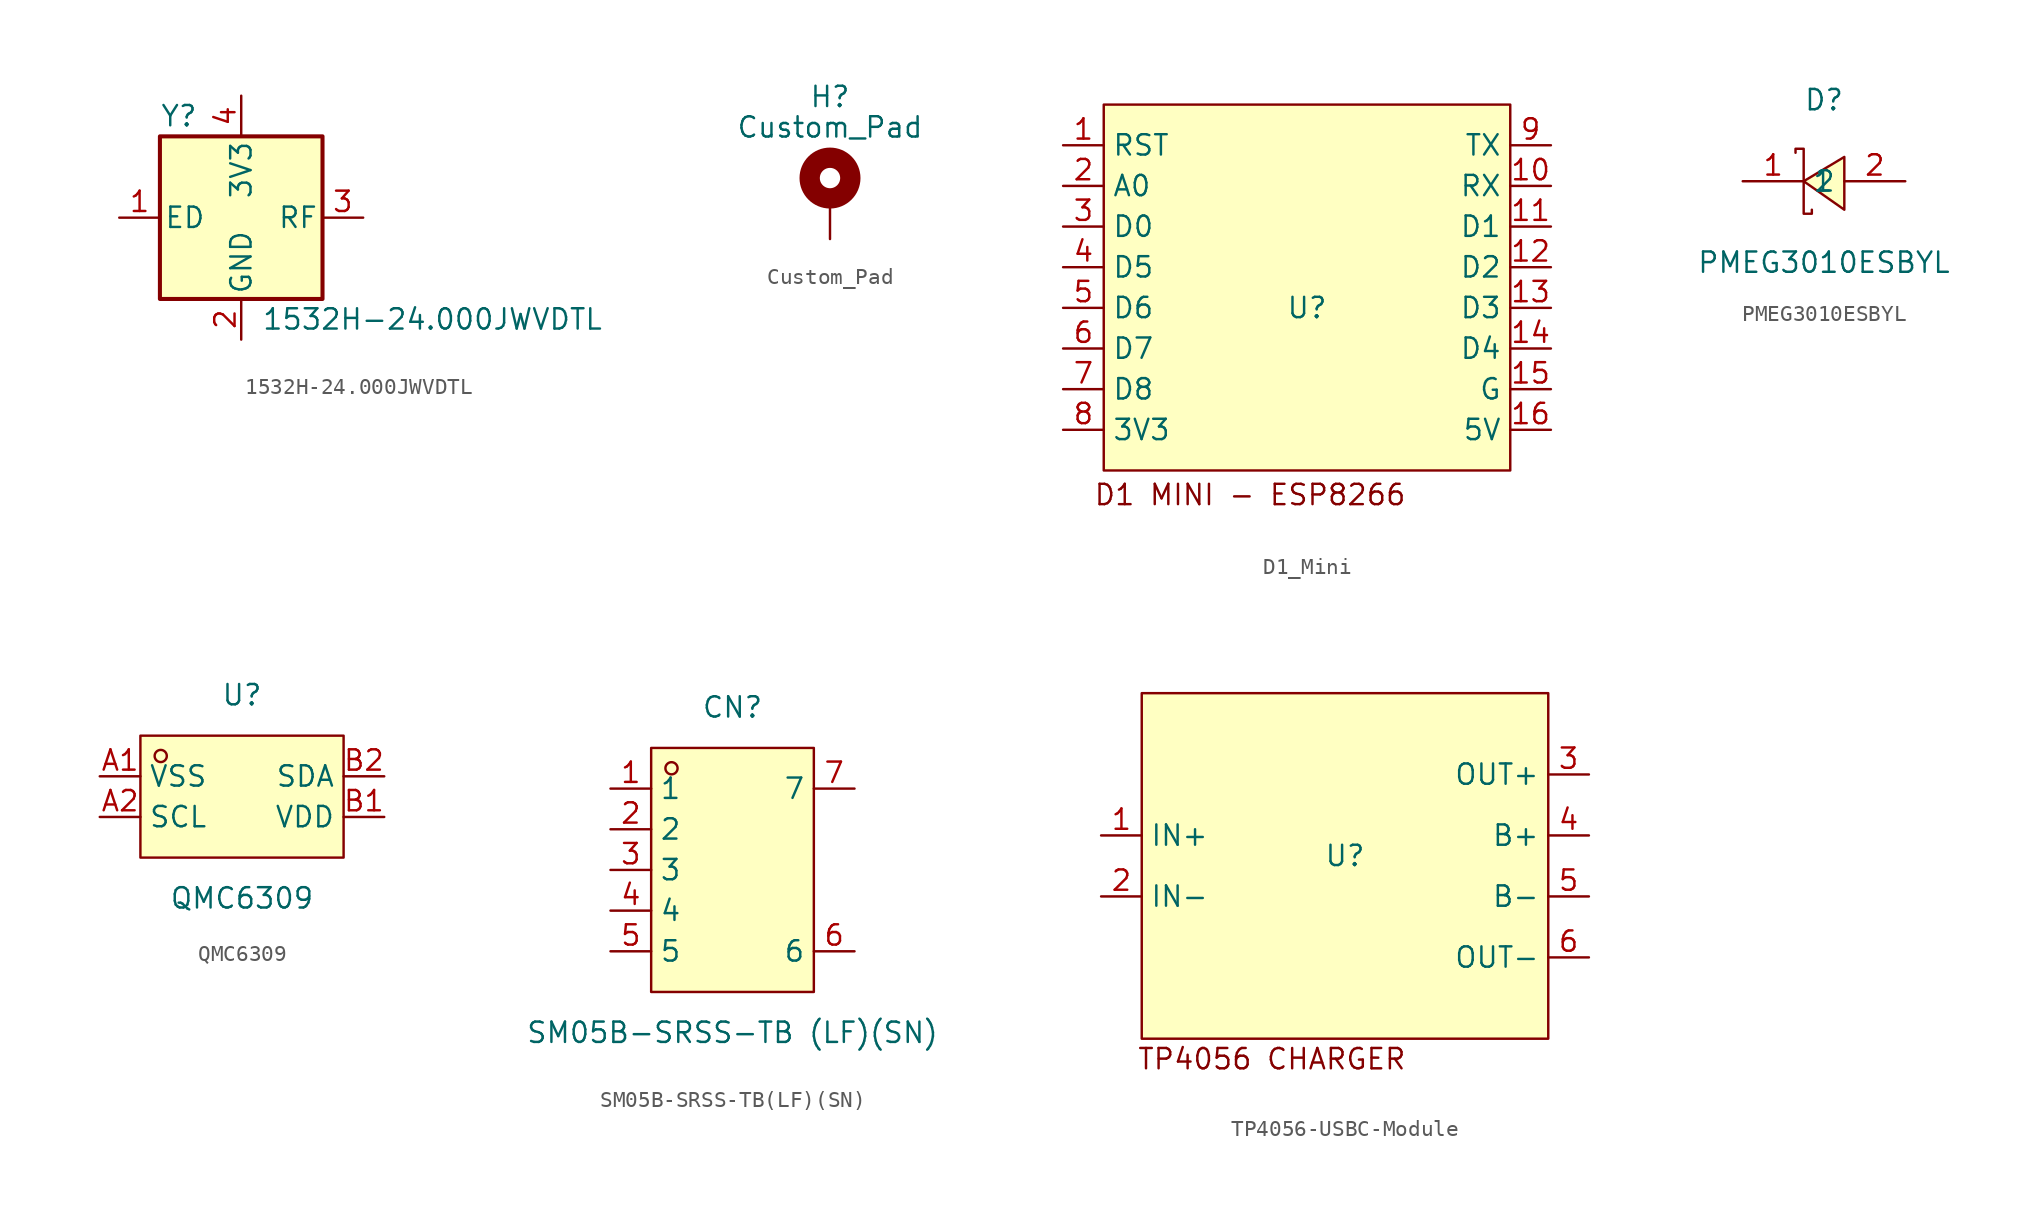
<source format=kicad_sym>
(kicad_symbol_lib
  (version 20241209)
  (generator "kicad_symbol_editor")
  (generator_version "9.0")
  (symbol "1532H-24.000JWVDTL"
    (pin_names
      (offset 0.254))
    (property "Reference" "Y"
      (at -5.08 6.35 0)
      (effects (font (size 1.27 1.27)) (justify left)))
    (property "Value" "1532H-24.000JWVDTL"
      (at 1.27 -6.35 0)
      (effects (font (size 1.27 1.27)) (justify left)))
    (symbol "1532H-24.000JWVDTL_0_1"
      (rectangle (start -5.08 5.08) (end 5.08 -5.08) (stroke (width 0.254) (type default)) (fill (type background))))
    (symbol "1532H-24.000JWVDTL_1_1"
      (pin input line (at -7.62 0 0) (length 2.54) (name "ED" (effects (font (size 1.27 1.27)))) (number "1" (effects (font (size 1.27 1.27)))))
      (pin power_in line (at 0 7.62 270) (length 2.54) (name "3V3" (effects (font (size 1.27 1.27)))) (number "4" (effects (font (size 1.27 1.27)))))
      (pin power_in line (at 0 -7.62 90) (length 2.54) (name "GND" (effects (font (size 1.27 1.27)))) (number "2" (effects (font (size 1.27 1.27)))))
      (pin output line (at 7.62 0 180) (length 2.54) (name "RF" (effects (font (size 1.27 1.27)))) (number "3" (effects (font (size 1.27 1.27)))))))
  (symbol "Custom_Pad"
    (pin_numbers
      (hide yes))
    (pin_names
      (offset 1.016)
      (hide yes))
    (property "Reference" "H"
      (at 0 6.35 0)
      (effects (font (size 1.27 1.27))))
    (property "Value" "Custom_Pad"
      (at 0 4.445 0)
      (effects (font (size 1.27 1.27))))
    (symbol "Custom_Pad_0_1"
      (circle (center 0 1.27) (radius 1.27) (stroke (width 1.27) (type default)) (fill (type none))))
    (symbol "Custom_Pad_1_1"
      (pin input line (at 0 -2.54 90) (length 2.54) (name "1" (effects (font (size 1.27 1.27)))) (number "1" (effects (font (size 1.27 1.27)))))))
  (symbol "D1_Mini"
    (property "Reference" "U"
      (at 0 0 0)
      (effects (font (size 1.27 1.27))))
    (property "Value" ""
      (at 0 0 0)
      (effects (font (size 1.27 1.27))))
    (symbol "D1_Mini_1_1"
      (rectangle (start -12.7 12.7) (end 12.7 -10.16) (stroke (width 0) (type solid)) (fill (type background)))
      (text "D1 MINI - ESP8266" (at -3.556 -11.684 0) (effects (font (size 1.27 1.27))))
      (pin passive line (at -15.24 10.16 0) (length 2.54) (name "RST" (effects (font (size 1.27 1.27)))) (number "1" (effects (font (size 1.27 1.27)))))
      (pin passive line (at -15.24 7.62 0) (length 2.54) (name "A0" (effects (font (size 1.27 1.27)))) (number "2" (effects (font (size 1.27 1.27)))))
      (pin passive line (at -15.24 5.08 0) (length 2.54) (name "D0" (effects (font (size 1.27 1.27)))) (number "3" (effects (font (size 1.27 1.27)))))
      (pin passive line (at -15.24 2.54 0) (length 2.54) (name "D5" (effects (font (size 1.27 1.27)))) (number "4" (effects (font (size 1.27 1.27)))))
      (pin passive line (at -15.24 0 0) (length 2.54) (name "D6" (effects (font (size 1.27 1.27)))) (number "5" (effects (font (size 1.27 1.27)))))
      (pin passive line (at -15.24 -2.54 0) (length 2.54) (name "D7" (effects (font (size 1.27 1.27)))) (number "6" (effects (font (size 1.27 1.27)))))
      (pin passive line (at -15.24 -5.08 0) (length 2.54) (name "D8" (effects (font (size 1.27 1.27)))) (number "7" (effects (font (size 1.27 1.27)))))
      (pin passive line (at -15.24 -7.62 0) (length 2.54) (name "3V3" (effects (font (size 1.27 1.27)))) (number "8" (effects (font (size 1.27 1.27)))))
      (pin passive line (at 15.24 10.16 180) (length 2.54) (name "TX" (effects (font (size 1.27 1.27)))) (number "9" (effects (font (size 1.27 1.27)))))
      (pin passive line (at 15.24 7.62 180) (length 2.54) (name "RX" (effects (font (size 1.27 1.27)))) (number "10" (effects (font (size 1.27 1.27)))))
      (pin passive line (at 15.24 5.08 180) (length 2.54) (name "D1" (effects (font (size 1.27 1.27)))) (number "11" (effects (font (size 1.27 1.27)))))
      (pin passive line (at 15.24 2.54 180) (length 2.54) (name "D2" (effects (font (size 1.27 1.27)))) (number "12" (effects (font (size 1.27 1.27)))))
      (pin passive line (at 15.24 0 180) (length 2.54) (name "D3" (effects (font (size 1.27 1.27)))) (number "13" (effects (font (size 1.27 1.27)))))
      (pin passive line (at 15.24 -2.54 180) (length 2.54) (name "D4" (effects (font (size 1.27 1.27)))) (number "14" (effects (font (size 1.27 1.27)))))
      (pin passive line (at 15.24 -5.08 180) (length 2.54) (name "G" (effects (font (size 1.27 1.27)))) (number "15" (effects (font (size 1.27 1.27)))))
      (pin passive line (at 15.24 -7.62 180) (length 2.54) (name "5V" (effects (font (size 1.27 1.27)))) (number "16" (effects (font (size 1.27 1.27)))))))
  (symbol "PMEG3010ESBYL"
    (property "Reference" "D"
      (at 0 5.08 0)
      (effects (font (size 1.27 1.27))))
    (property "Value" "PMEG3010ESBYL"
      (at 0 -5.08 0)
      (effects (font (size 1.27 1.27))))
    (symbol "PMEG3010ESBYL_0_1"
      (polyline (pts (xy -1.27 0) (xy -1.27 2.03) (xy -1.78 2.03) (xy -1.78 1.78)) (stroke (width 0) (type default)) (fill (type none)))
      (polyline (pts (xy -1.27 0) (xy -1.27 -2.03) (xy -0.76 -2.03) (xy -0.76 -1.78)) (stroke (width 0) (type default)) (fill (type none)))
      (polyline (pts (xy 1.27 1.52) (xy -1.27 0) (xy 1.27 -1.78) (xy 1.27 1.52)) (stroke (width 0) (type default)) (fill (type background)))
      (pin unspecified line (at -5.08 0 0) (length 3.81) (name "1" (effects (font (size 1.27 1.27)))) (number "1" (effects (font (size 1.27 1.27)))))
      (pin unspecified line (at 5.08 0 180) (length 3.81) (name "2" (effects (font (size 1.27 1.27)))) (number "2" (effects (font (size 1.27 1.27)))))))
  (symbol "QMC6309"
    (property "Reference" "U"
      (at 0 6.35 0)
      (effects (font (size 1.27 1.27))))
    (property "Value" "QMC6309"
      (at 0 -6.35 0)
      (effects (font (size 1.27 1.27))))
    (symbol "QMC6309_0_1"
      (rectangle (start -6.35 3.81) (end 6.35 -3.81) (stroke (width 0) (type default)) (fill (type background)))
      (circle (center -5.08 2.54) (radius 0.38) (stroke (width 0) (type default)) (fill (type none)))
      (pin unspecified line (at -8.89 1.27 0) (length 2.54) (name "VSS" (effects (font (size 1.27 1.27)))) (number "A1" (effects (font (size 1.27 1.27)))))
      (pin unspecified line (at -8.89 -1.27 0) (length 2.54) (name "SCL" (effects (font (size 1.27 1.27)))) (number "A2" (effects (font (size 1.27 1.27)))))
      (pin unspecified line (at 8.89 1.27 180) (length 2.54) (name "SDA" (effects (font (size 1.27 1.27)))) (number "B2" (effects (font (size 1.27 1.27)))))
      (pin unspecified line (at 8.89 -1.27 180) (length 2.54) (name "VDD" (effects (font (size 1.27 1.27)))) (number "B1" (effects (font (size 1.27 1.27)))))))
  (symbol "SM05B-SRSS-TB(LF)(SN)"
    (property "Reference" "CN"
      (at 0 10.16 0)
      (effects (font (size 1.27 1.27))))
    (property "Value" "SM05B-SRSS-TB (LF)(SN)"
      (at 0 -10.16 0)
      (effects (font (size 1.27 1.27))))
    (symbol "SM05B-SRSS-TB(LF)(SN)_0_1"
      (rectangle (start -5.08 7.62) (end 5.08 -7.62) (stroke (width 0) (type default)) (fill (type background)))
      (circle (center -3.81 6.35) (radius 0.38) (stroke (width 0) (type default)) (fill (type none)))
      (pin unspecified line (at -7.62 5.08 0) (length 2.54) (name "1" (effects (font (size 1.27 1.27)))) (number "1" (effects (font (size 1.27 1.27)))))
      (pin unspecified line (at -7.62 2.54 0) (length 2.54) (name "2" (effects (font (size 1.27 1.27)))) (number "2" (effects (font (size 1.27 1.27)))))
      (pin unspecified line (at -7.62 0 0) (length 2.54) (name "3" (effects (font (size 1.27 1.27)))) (number "3" (effects (font (size 1.27 1.27)))))
      (pin unspecified line (at -7.62 -2.54 0) (length 2.54) (name "4" (effects (font (size 1.27 1.27)))) (number "4" (effects (font (size 1.27 1.27)))))
      (pin unspecified line (at -7.62 -5.08 0) (length 2.54) (name "5" (effects (font (size 1.27 1.27)))) (number "5" (effects (font (size 1.27 1.27)))))
      (pin unspecified line (at 7.62 5.08 180) (length 2.54) (name "7" (effects (font (size 1.27 1.27)))) (number "7" (effects (font (size 1.27 1.27)))))
      (pin unspecified line (at 7.62 -5.08 180) (length 2.54) (name "6" (effects (font (size 1.27 1.27)))) (number "6" (effects (font (size 1.27 1.27)))))))
  (symbol "TP4056-USBC-Module"
    (property "Reference" "U"
      (at 0 0 0)
      (effects (font (size 1.27 1.27))))
    (property "Value" ""
      (at 0 -2.54 0)
      (effects (font (size 1.27 1.27))))
    (symbol "TP4056-USBC-Module_1_1"
      (rectangle (start -12.7 10.16) (end 12.7 -11.43) (stroke (width 0) (type default)) (fill (type background)))
      (text "TP4056 CHARGER" (at -4.572 -12.7 0) (effects (font (size 1.27 1.27))))
      (pin passive line (at -15.24 1.27 0) (length 2.54) (name "IN+" (effects (font (size 1.27 1.27)))) (number "1" (effects (font (size 1.27 1.27)))))
      (pin passive line (at -15.24 -2.54 0) (length 2.54) (name "IN-" (effects (font (size 1.27 1.27)))) (number "2" (effects (font (size 1.27 1.27)))))
      (pin passive line (at 15.24 5.08 180) (length 2.54) (name "OUT+" (effects (font (size 1.27 1.27)))) (number "3" (effects (font (size 1.27 1.27)))))
      (pin passive line (at 15.24 1.27 180) (length 2.54) (name "B+" (effects (font (size 1.27 1.27)))) (number "4" (effects (font (size 1.27 1.27)))))
      (pin passive line (at 15.24 -2.54 180) (length 2.54) (name "B-" (effects (font (size 1.27 1.27)))) (number "5" (effects (font (size 1.27 1.27)))))
      (pin passive line (at 15.24 -6.35 180) (length 2.54) (name "OUT-" (effects (font (size 1.27 1.27)))) (number "6" (effects (font (size 1.27 1.27))))))))
</source>
